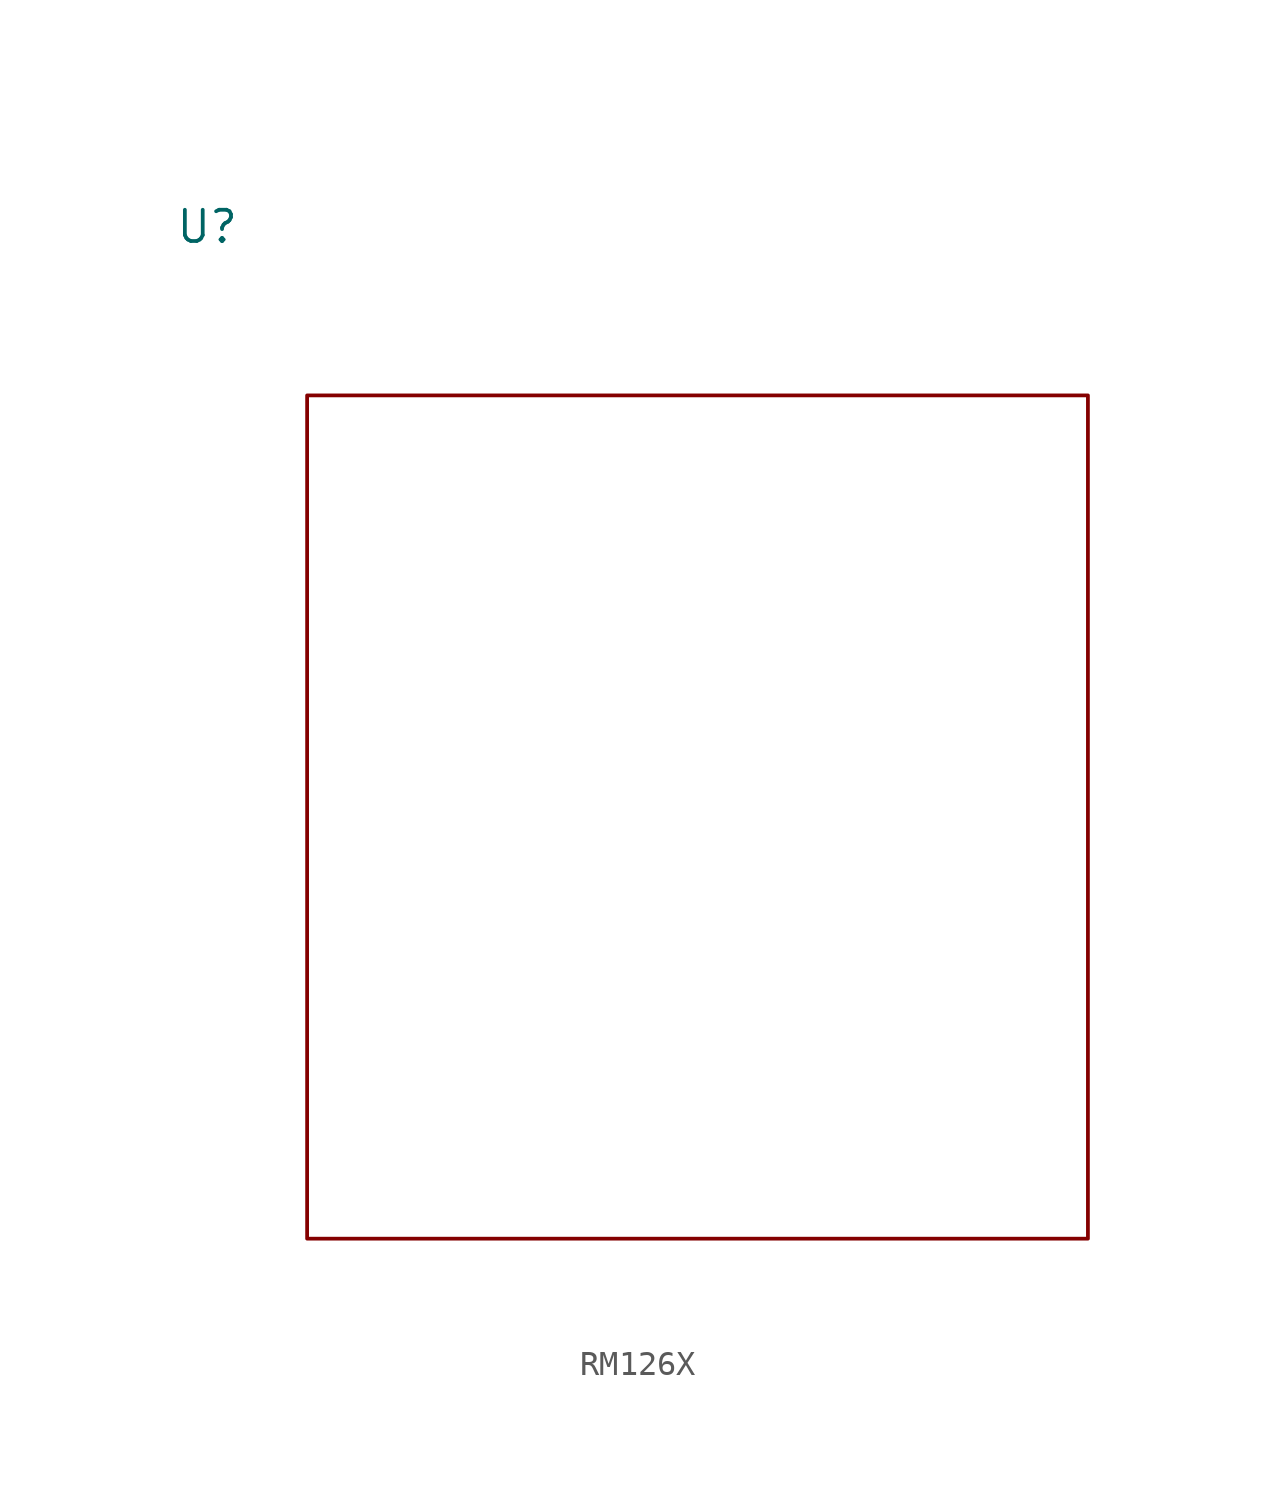
<source format=kicad_sym>
(kicad_symbol_lib
  (version 20241209)
  (generator "kicad_symbol_editor")
  (generator_version "9.0")
  (symbol "RM126X"
    (property "Reference" "U"
      (at -19.304 23.368 0)
      (effects (font (size 1.27 1.27))))
    (property "Value" ""
      (at 0 0 0)
      (effects (font (size 1.27 1.27))))
    (symbol "RM126X_0_1"
      (rectangle (start -15.24 16.51) (end 16.51 -17.78) (stroke (width 0) (type default)) (fill (type none))))))
</source>
